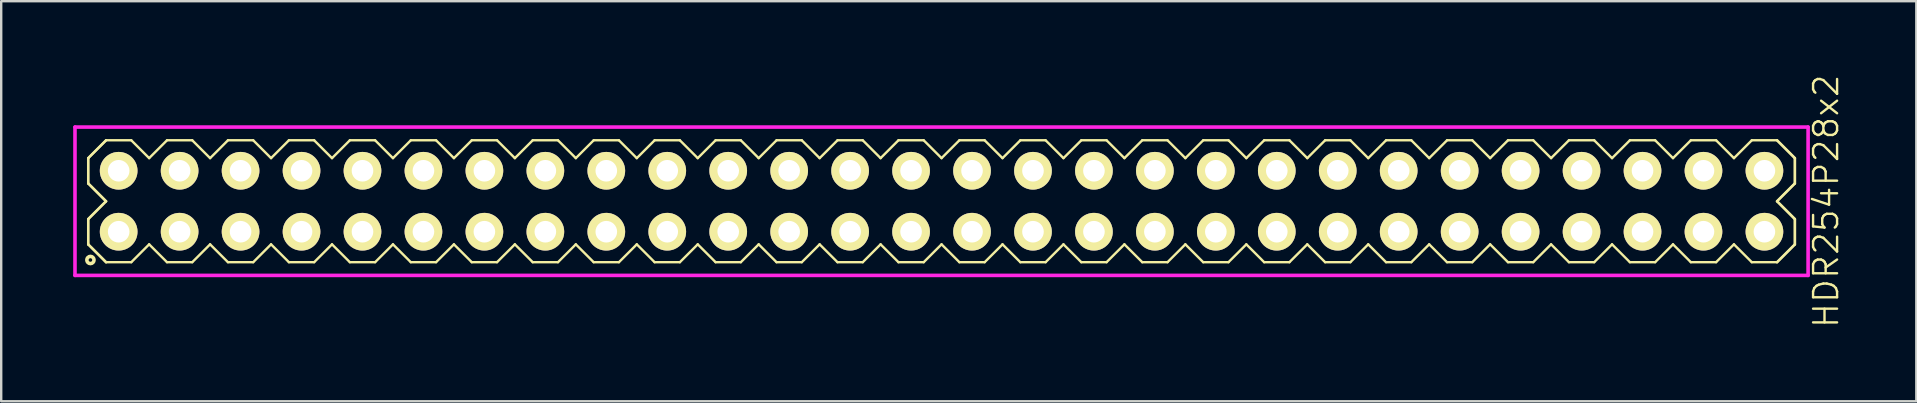
<source format=kicad_pcb>
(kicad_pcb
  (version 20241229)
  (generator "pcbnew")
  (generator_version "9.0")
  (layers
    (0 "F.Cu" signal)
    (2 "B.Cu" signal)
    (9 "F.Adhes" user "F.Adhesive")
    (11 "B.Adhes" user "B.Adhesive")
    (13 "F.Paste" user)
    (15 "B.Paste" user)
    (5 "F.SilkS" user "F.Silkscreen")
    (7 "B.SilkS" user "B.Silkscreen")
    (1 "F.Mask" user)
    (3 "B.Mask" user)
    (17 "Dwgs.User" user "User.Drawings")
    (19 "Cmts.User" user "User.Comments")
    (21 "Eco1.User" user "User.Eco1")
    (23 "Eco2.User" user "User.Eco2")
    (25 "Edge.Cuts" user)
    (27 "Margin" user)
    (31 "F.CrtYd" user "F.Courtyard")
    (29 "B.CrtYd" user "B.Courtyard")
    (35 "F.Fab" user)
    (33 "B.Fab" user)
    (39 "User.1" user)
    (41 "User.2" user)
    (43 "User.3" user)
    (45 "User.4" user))
  (footprint "HDR254P28x2"
    (layer "F.Cu")
    (at 36.185 5.336)
    (property "Reference" "HDR254P28x2" (at 36.86 0 90) (layer "F.SilkS") (effects (font (size 1 1) (thickness 0.1))))
    (attr through_hole)
    (fp_line (start -35.56 -1.796) (end -34.816 -2.54) (stroke (width 0.1) (type solid)) (layer "F.SilkS"))
    (fp_line (start -35.56 -1.796) (end -34.816 -2.54) (stroke (width 0.1) (type solid)) (layer "F.SilkS"))
    (fp_line (start -35.56 -0.744) (end -35.56 -1.796) (stroke (width 0.1) (type solid)) (layer "F.SilkS"))
    (fp_line (start -35.56 -0.744) (end -35.56 -1.796) (stroke (width 0.1) (type solid)) (layer "F.SilkS"))
    (fp_line (start -35.56 0.744) (end -34.816 0) (stroke (width 0.1) (type solid)) (layer "F.SilkS"))
    (fp_line (start -35.56 0.744) (end -34.816 0) (stroke (width 0.1) (type solid)) (layer "F.SilkS"))
    (fp_line (start -35.56 1.796) (end -35.56 0.744) (stroke (width 0.1) (type solid)) (layer "F.SilkS"))
    (fp_line (start -35.56 1.796) (end -35.56 0.744) (stroke (width 0.1) (type solid)) (layer "F.SilkS"))
    (fp_line (start -34.816 -2.54) (end -33.764 -2.54) (stroke (width 0.1) (type solid)) (layer "F.SilkS"))
    (fp_line (start -34.816 0) (end -35.56 -0.744) (stroke (width 0.1) (type solid)) (layer "F.SilkS"))
    (fp_line (start -34.816 0) (end -35.56 -0.744) (stroke (width 0.1) (type solid)) (layer "F.SilkS"))
    (fp_line (start -34.816 2.54) (end -35.56 1.796) (stroke (width 0.1) (type solid)) (layer "F.SilkS"))
    (fp_line (start -34.816 2.54) (end -35.56 1.796) (stroke (width 0.1) (type solid)) (layer "F.SilkS"))
    (fp_line (start -33.764 -2.54) (end -33.02 -1.796) (stroke (width 0.1) (type solid)) (layer "F.SilkS"))
    (fp_line (start -33.764 2.54) (end -34.816 2.54) (stroke (width 0.1) (type solid)) (layer "F.SilkS"))
    (fp_line (start -33.02 -1.796) (end -32.276 -2.54) (stroke (width 0.1) (type solid)) (layer "F.SilkS"))
    (fp_line (start -33.02 1.796) (end -33.764 2.54) (stroke (width 0.1) (type solid)) (layer "F.SilkS"))
    (fp_line (start -32.276 -2.54) (end -31.224 -2.54) (stroke (width 0.1) (type solid)) (layer "F.SilkS"))
    (fp_line (start -32.276 2.54) (end -33.02 1.796) (stroke (width 0.1) (type solid)) (layer "F.SilkS"))
    (fp_line (start -31.224 -2.54) (end -30.48 -1.796) (stroke (width 0.1) (type solid)) (layer "F.SilkS"))
    (fp_line (start -31.224 2.54) (end -32.276 2.54) (stroke (width 0.1) (type solid)) (layer "F.SilkS"))
    (fp_line (start -30.48 -1.796) (end -29.736 -2.54) (stroke (width 0.1) (type solid)) (layer "F.SilkS"))
    (fp_line (start -30.48 1.796) (end -31.224 2.54) (stroke (width 0.1) (type solid)) (layer "F.SilkS"))
    (fp_line (start -29.736 -2.54) (end -28.684 -2.54) (stroke (width 0.1) (type solid)) (layer "F.SilkS"))
    (fp_line (start -29.736 2.54) (end -30.48 1.796) (stroke (width 0.1) (type solid)) (layer "F.SilkS"))
    (fp_line (start -28.684 -2.54) (end -27.94 -1.796) (stroke (width 0.1) (type solid)) (layer "F.SilkS"))
    (fp_line (start -28.684 2.54) (end -29.736 2.54) (stroke (width 0.1) (type solid)) (layer "F.SilkS"))
    (fp_line (start -27.94 -1.796) (end -27.196 -2.54) (stroke (width 0.1) (type solid)) (layer "F.SilkS"))
    (fp_line (start -27.94 1.796) (end -28.684 2.54) (stroke (width 0.1) (type solid)) (layer "F.SilkS"))
    (fp_line (start -27.196 -2.54) (end -26.144 -2.54) (stroke (width 0.1) (type solid)) (layer "F.SilkS"))
    (fp_line (start -27.196 2.54) (end -27.94 1.796) (stroke (width 0.1) (type solid)) (layer "F.SilkS"))
    (fp_line (start -26.144 -2.54) (end -25.4 -1.796) (stroke (width 0.1) (type solid)) (layer "F.SilkS"))
    (fp_line (start -26.144 2.54) (end -27.196 2.54) (stroke (width 0.1) (type solid)) (layer "F.SilkS"))
    (fp_line (start -25.4 -1.796) (end -24.656 -2.54) (stroke (width 0.1) (type solid)) (layer "F.SilkS"))
    (fp_line (start -25.4 1.796) (end -26.144 2.54) (stroke (width 0.1) (type solid)) (layer "F.SilkS"))
    (fp_line (start -24.656 -2.54) (end -23.604 -2.54) (stroke (width 0.1) (type solid)) (layer "F.SilkS"))
    (fp_line (start -24.656 2.54) (end -25.4 1.796) (stroke (width 0.1) (type solid)) (layer "F.SilkS"))
    (fp_line (start -23.604 -2.54) (end -22.86 -1.796) (stroke (width 0.1) (type solid)) (layer "F.SilkS"))
    (fp_line (start -23.604 2.54) (end -24.656 2.54) (stroke (width 0.1) (type solid)) (layer "F.SilkS"))
    (fp_line (start -22.86 -1.796) (end -22.116 -2.54) (stroke (width 0.1) (type solid)) (layer "F.SilkS"))
    (fp_line (start -22.86 1.796) (end -23.604 2.54) (stroke (width 0.1) (type solid)) (layer "F.SilkS"))
    (fp_line (start -22.116 -2.54) (end -21.064 -2.54) (stroke (width 0.1) (type solid)) (layer "F.SilkS"))
    (fp_line (start -22.116 2.54) (end -22.86 1.796) (stroke (width 0.1) (type solid)) (layer "F.SilkS"))
    (fp_line (start -21.064 -2.54) (end -20.32 -1.796) (stroke (width 0.1) (type solid)) (layer "F.SilkS"))
    (fp_line (start -21.064 2.54) (end -22.116 2.54) (stroke (width 0.1) (type solid)) (layer "F.SilkS"))
    (fp_line (start -20.32 -1.796) (end -19.576 -2.54) (stroke (width 0.1) (type solid)) (layer "F.SilkS"))
    (fp_line (start -20.32 1.796) (end -21.064 2.54) (stroke (width 0.1) (type solid)) (layer "F.SilkS"))
    (fp_line (start -19.576 -2.54) (end -18.524 -2.54) (stroke (width 0.1) (type solid)) (layer "F.SilkS"))
    (fp_line (start -19.576 2.54) (end -20.32 1.796) (stroke (width 0.1) (type solid)) (layer "F.SilkS"))
    (fp_line (start -18.524 -2.54) (end -17.78 -1.796) (stroke (width 0.1) (type solid)) (layer "F.SilkS"))
    (fp_line (start -18.524 2.54) (end -19.576 2.54) (stroke (width 0.1) (type solid)) (layer "F.SilkS"))
    (fp_line (start -17.78 -1.796) (end -17.036 -2.54) (stroke (width 0.1) (type solid)) (layer "F.SilkS"))
    (fp_line (start -17.78 1.796) (end -18.524 2.54) (stroke (width 0.1) (type solid)) (layer "F.SilkS"))
    (fp_line (start -17.036 -2.54) (end -15.984 -2.54) (stroke (width 0.1) (type solid)) (layer "F.SilkS"))
    (fp_line (start -17.036 2.54) (end -17.78 1.796) (stroke (width 0.1) (type solid)) (layer "F.SilkS"))
    (fp_line (start -15.984 -2.54) (end -15.24 -1.796) (stroke (width 0.1) (type solid)) (layer "F.SilkS"))
    (fp_line (start -15.984 2.54) (end -17.036 2.54) (stroke (width 0.1) (type solid)) (layer "F.SilkS"))
    (fp_line (start -15.24 -1.796) (end -14.496 -2.54) (stroke (width 0.1) (type solid)) (layer "F.SilkS"))
    (fp_line (start -15.24 1.796) (end -15.984 2.54) (stroke (width 0.1) (type solid)) (layer "F.SilkS"))
    (fp_line (start -14.496 -2.54) (end -13.444 -2.54) (stroke (width 0.1) (type solid)) (layer "F.SilkS"))
    (fp_line (start -14.496 2.54) (end -15.24 1.796) (stroke (width 0.1) (type solid)) (layer "F.SilkS"))
    (fp_line (start -13.444 -2.54) (end -12.7 -1.796) (stroke (width 0.1) (type solid)) (layer "F.SilkS"))
    (fp_line (start -13.444 2.54) (end -14.496 2.54) (stroke (width 0.1) (type solid)) (layer "F.SilkS"))
    (fp_line (start -12.7 -1.796) (end -11.956 -2.54) (stroke (width 0.1) (type solid)) (layer "F.SilkS"))
    (fp_line (start -12.7 1.796) (end -13.444 2.54) (stroke (width 0.1) (type solid)) (layer "F.SilkS"))
    (fp_line (start -11.956 -2.54) (end -10.904 -2.54) (stroke (width 0.1) (type solid)) (layer "F.SilkS"))
    (fp_line (start -11.956 2.54) (end -12.7 1.796) (stroke (width 0.1) (type solid)) (layer "F.SilkS"))
    (fp_line (start -10.904 -2.54) (end -10.16 -1.796) (stroke (width 0.1) (type solid)) (layer "F.SilkS"))
    (fp_line (start -10.904 2.54) (end -11.956 2.54) (stroke (width 0.1) (type solid)) (layer "F.SilkS"))
    (fp_line (start -10.16 -1.796) (end -9.416 -2.54) (stroke (width 0.1) (type solid)) (layer "F.SilkS"))
    (fp_line (start -10.16 1.796) (end -10.904 2.54) (stroke (width 0.1) (type solid)) (layer "F.SilkS"))
    (fp_line (start -9.416 -2.54) (end -8.364 -2.54) (stroke (width 0.1) (type solid)) (layer "F.SilkS"))
    (fp_line (start -9.416 2.54) (end -10.16 1.796) (stroke (width 0.1) (type solid)) (layer "F.SilkS"))
    (fp_line (start -8.364 -2.54) (end -7.62 -1.796) (stroke (width 0.1) (type solid)) (layer "F.SilkS"))
    (fp_line (start -8.364 2.54) (end -9.416 2.54) (stroke (width 0.1) (type solid)) (layer "F.SilkS"))
    (fp_line (start -7.62 -1.796) (end -6.876 -2.54) (stroke (width 0.1) (type solid)) (layer "F.SilkS"))
    (fp_line (start -7.62 1.796) (end -8.364 2.54) (stroke (width 0.1) (type solid)) (layer "F.SilkS"))
    (fp_line (start -6.876 -2.54) (end -5.824 -2.54) (stroke (width 0.1) (type solid)) (layer "F.SilkS"))
    (fp_line (start -6.876 2.54) (end -7.62 1.796) (stroke (width 0.1) (type solid)) (layer "F.SilkS"))
    (fp_line (start -5.824 -2.54) (end -5.08 -1.796) (stroke (width 0.1) (type solid)) (layer "F.SilkS"))
    (fp_line (start -5.824 2.54) (end -6.876 2.54) (stroke (width 0.1) (type solid)) (layer "F.SilkS"))
    (fp_line (start -5.08 -1.796) (end -4.336 -2.54) (stroke (width 0.1) (type solid)) (layer "F.SilkS"))
    (fp_line (start -5.08 1.796) (end -5.824 2.54) (stroke (width 0.1) (type solid)) (layer "F.SilkS"))
    (fp_line (start -4.336 -2.54) (end -3.284 -2.54) (stroke (width 0.1) (type solid)) (layer "F.SilkS"))
    (fp_line (start -4.336 2.54) (end -5.08 1.796) (stroke (width 0.1) (type solid)) (layer "F.SilkS"))
    (fp_line (start -3.284 -2.54) (end -2.54 -1.796) (stroke (width 0.1) (type solid)) (layer "F.SilkS"))
    (fp_line (start -3.284 2.54) (end -4.336 2.54) (stroke (width 0.1) (type solid)) (layer "F.SilkS"))
    (fp_line (start -2.54 -1.796) (end -1.796 -2.54) (stroke (width 0.1) (type solid)) (layer "F.SilkS"))
    (fp_line (start -2.54 1.796) (end -3.284 2.54) (stroke (width 0.1) (type solid)) (layer "F.SilkS"))
    (fp_line (start -1.796 -2.54) (end -0.744 -2.54) (stroke (width 0.1) (type solid)) (layer "F.SilkS"))
    (fp_line (start -1.796 2.54) (end -2.54 1.796) (stroke (width 0.1) (type solid)) (layer "F.SilkS"))
    (fp_line (start -0.744 -2.54) (end 0 -1.796) (stroke (width 0.1) (type solid)) (layer "F.SilkS"))
    (fp_line (start -0.744 2.54) (end -1.796 2.54) (stroke (width 0.1) (type solid)) (layer "F.SilkS"))
    (fp_line (start 0 -1.796) (end 0.744 -2.54) (stroke (width 0.1) (type solid)) (layer "F.SilkS"))
    (fp_line (start 0 1.796) (end -0.744 2.54) (stroke (width 0.1) (type solid)) (layer "F.SilkS"))
    (fp_line (start 0.744 -2.54) (end 1.796 -2.54) (stroke (width 0.1) (type solid)) (layer "F.SilkS"))
    (fp_line (start 0.744 2.54) (end 0 1.796) (stroke (width 0.1) (type solid)) (layer "F.SilkS"))
    (fp_line (start 1.796 -2.54) (end 2.54 -1.796) (stroke (width 0.1) (type solid)) (layer "F.SilkS"))
    (fp_line (start 1.796 2.54) (end 0.744 2.54) (stroke (width 0.1) (type solid)) (layer "F.SilkS"))
    (fp_line (start 2.54 -1.796) (end 3.284 -2.54) (stroke (width 0.1) (type solid)) (layer "F.SilkS"))
    (fp_line (start 2.54 1.796) (end 1.796 2.54) (stroke (width 0.1) (type solid)) (layer "F.SilkS"))
    (fp_line (start 3.284 -2.54) (end 4.336 -2.54) (stroke (width 0.1) (type solid)) (layer "F.SilkS"))
    (fp_line (start 3.284 2.54) (end 2.54 1.796) (stroke (width 0.1) (type solid)) (layer "F.SilkS"))
    (fp_line (start 4.336 -2.54) (end 5.08 -1.796) (stroke (width 0.1) (type solid)) (layer "F.SilkS"))
    (fp_line (start 4.336 2.54) (end 3.284 2.54) (stroke (width 0.1) (type solid)) (layer "F.SilkS"))
    (fp_line (start 5.08 -1.796) (end 5.824 -2.54) (stroke (width 0.1) (type solid)) (layer "F.SilkS"))
    (fp_line (start 5.08 1.796) (end 4.336 2.54) (stroke (width 0.1) (type solid)) (layer "F.SilkS"))
    (fp_line (start 5.824 -2.54) (end 6.876 -2.54) (stroke (width 0.1) (type solid)) (layer "F.SilkS"))
    (fp_line (start 5.824 2.54) (end 5.08 1.796) (stroke (width 0.1) (type solid)) (layer "F.SilkS"))
    (fp_line (start 6.876 -2.54) (end 7.62 -1.796) (stroke (width 0.1) (type solid)) (layer "F.SilkS"))
    (fp_line (start 6.876 2.54) (end 5.824 2.54) (stroke (width 0.1) (type solid)) (layer "F.SilkS"))
    (fp_line (start 7.62 -1.796) (end 8.364 -2.54) (stroke (width 0.1) (type solid)) (layer "F.SilkS"))
    (fp_line (start 7.62 1.796) (end 6.876 2.54) (stroke (width 0.1) (type solid)) (layer "F.SilkS"))
    (fp_line (start 8.364 -2.54) (end 9.416 -2.54) (stroke (width 0.1) (type solid)) (layer "F.SilkS"))
    (fp_line (start 8.364 2.54) (end 7.62 1.796) (stroke (width 0.1) (type solid)) (layer "F.SilkS"))
    (fp_line (start 9.416 -2.54) (end 10.16 -1.796) (stroke (width 0.1) (type solid)) (layer "F.SilkS"))
    (fp_line (start 9.416 2.54) (end 8.364 2.54) (stroke (width 0.1) (type solid)) (layer "F.SilkS"))
    (fp_line (start 10.16 -1.796) (end 10.904 -2.54) (stroke (width 0.1) (type solid)) (layer "F.SilkS"))
    (fp_line (start 10.16 1.796) (end 9.416 2.54) (stroke (width 0.1) (type solid)) (layer "F.SilkS"))
    (fp_line (start 10.904 -2.54) (end 11.956 -2.54) (stroke (width 0.1) (type solid)) (layer "F.SilkS"))
    (fp_line (start 10.904 2.54) (end 10.16 1.796) (stroke (width 0.1) (type solid)) (layer "F.SilkS"))
    (fp_line (start 11.956 -2.54) (end 12.7 -1.796) (stroke (width 0.1) (type solid)) (layer "F.SilkS"))
    (fp_line (start 11.956 2.54) (end 10.904 2.54) (stroke (width 0.1) (type solid)) (layer "F.SilkS"))
    (fp_line (start 12.7 -1.796) (end 13.444 -2.54) (stroke (width 0.1) (type solid)) (layer "F.SilkS"))
    (fp_line (start 12.7 1.796) (end 11.956 2.54) (stroke (width 0.1) (type solid)) (layer "F.SilkS"))
    (fp_line (start 13.444 -2.54) (end 14.496 -2.54) (stroke (width 0.1) (type solid)) (layer "F.SilkS"))
    (fp_line (start 13.444 2.54) (end 12.7 1.796) (stroke (width 0.1) (type solid)) (layer "F.SilkS"))
    (fp_line (start 14.496 -2.54) (end 15.24 -1.796) (stroke (width 0.1) (type solid)) (layer "F.SilkS"))
    (fp_line (start 14.496 2.54) (end 13.444 2.54) (stroke (width 0.1) (type solid)) (layer "F.SilkS"))
    (fp_line (start 15.24 -1.796) (end 15.984 -2.54) (stroke (width 0.1) (type solid)) (layer "F.SilkS"))
    (fp_line (start 15.24 1.796) (end 14.496 2.54) (stroke (width 0.1) (type solid)) (layer "F.SilkS"))
    (fp_line (start 15.984 -2.54) (end 17.036 -2.54) (stroke (width 0.1) (type solid)) (layer "F.SilkS"))
    (fp_line (start 15.984 2.54) (end 15.24 1.796) (stroke (width 0.1) (type solid)) (layer "F.SilkS"))
    (fp_line (start 17.036 -2.54) (end 17.78 -1.796) (stroke (width 0.1) (type solid)) (layer "F.SilkS"))
    (fp_line (start 17.036 2.54) (end 15.984 2.54) (stroke (width 0.1) (type solid)) (layer "F.SilkS"))
    (fp_line (start 17.78 -1.796) (end 18.524 -2.54) (stroke (width 0.1) (type solid)) (layer "F.SilkS"))
    (fp_line (start 17.78 1.796) (end 17.036 2.54) (stroke (width 0.1) (type solid)) (layer "F.SilkS"))
    (fp_line (start 18.524 -2.54) (end 19.576 -2.54) (stroke (width 0.1) (type solid)) (layer "F.SilkS"))
    (fp_line (start 18.524 2.54) (end 17.78 1.796) (stroke (width 0.1) (type solid)) (layer "F.SilkS"))
    (fp_line (start 19.576 -2.54) (end 20.32 -1.796) (stroke (width 0.1) (type solid)) (layer "F.SilkS"))
    (fp_line (start 19.576 2.54) (end 18.524 2.54) (stroke (width 0.1) (type solid)) (layer "F.SilkS"))
    (fp_line (start 20.32 -1.796) (end 21.064 -2.54) (stroke (width 0.1) (type solid)) (layer "F.SilkS"))
    (fp_line (start 20.32 1.796) (end 19.576 2.54) (stroke (width 0.1) (type solid)) (layer "F.SilkS"))
    (fp_line (start 21.064 -2.54) (end 22.116 -2.54) (stroke (width 0.1) (type solid)) (layer "F.SilkS"))
    (fp_line (start 21.064 2.54) (end 20.32 1.796) (stroke (width 0.1) (type solid)) (layer "F.SilkS"))
    (fp_line (start 22.116 -2.54) (end 22.86 -1.796) (stroke (width 0.1) (type solid)) (layer "F.SilkS"))
    (fp_line (start 22.116 2.54) (end 21.064 2.54) (stroke (width 0.1) (type solid)) (layer "F.SilkS"))
    (fp_line (start 22.86 -1.796) (end 23.604 -2.54) (stroke (width 0.1) (type solid)) (layer "F.SilkS"))
    (fp_line (start 22.86 1.796) (end 22.116 2.54) (stroke (width 0.1) (type solid)) (layer "F.SilkS"))
    (fp_line (start 23.604 -2.54) (end 24.656 -2.54) (stroke (width 0.1) (type solid)) (layer "F.SilkS"))
    (fp_line (start 23.604 2.54) (end 22.86 1.796) (stroke (width 0.1) (type solid)) (layer "F.SilkS"))
    (fp_line (start 24.656 -2.54) (end 25.4 -1.796) (stroke (width 0.1) (type solid)) (layer "F.SilkS"))
    (fp_line (start 24.656 2.54) (end 23.604 2.54) (stroke (width 0.1) (type solid)) (layer "F.SilkS"))
    (fp_line (start 25.4 -1.796) (end 26.144 -2.54) (stroke (width 0.1) (type solid)) (layer "F.SilkS"))
    (fp_line (start 25.4 1.796) (end 24.656 2.54) (stroke (width 0.1) (type solid)) (layer "F.SilkS"))
    (fp_line (start 26.144 -2.54) (end 27.196 -2.54) (stroke (width 0.1) (type solid)) (layer "F.SilkS"))
    (fp_line (start 26.144 2.54) (end 25.4 1.796) (stroke (width 0.1) (type solid)) (layer "F.SilkS"))
    (fp_line (start 27.196 -2.54) (end 27.94 -1.796) (stroke (width 0.1) (type solid)) (layer "F.SilkS"))
    (fp_line (start 27.196 2.54) (end 26.144 2.54) (stroke (width 0.1) (type solid)) (layer "F.SilkS"))
    (fp_line (start 27.94 -1.796) (end 28.684 -2.54) (stroke (width 0.1) (type solid)) (layer "F.SilkS"))
    (fp_line (start 27.94 1.796) (end 27.196 2.54) (stroke (width 0.1) (type solid)) (layer "F.SilkS"))
    (fp_line (start 28.684 -2.54) (end 29.736 -2.54) (stroke (width 0.1) (type solid)) (layer "F.SilkS"))
    (fp_line (start 28.684 2.54) (end 27.94 1.796) (stroke (width 0.1) (type solid)) (layer "F.SilkS"))
    (fp_line (start 29.736 -2.54) (end 30.48 -1.796) (stroke (width 0.1) (type solid)) (layer "F.SilkS"))
    (fp_line (start 29.736 2.54) (end 28.684 2.54) (stroke (width 0.1) (type solid)) (layer "F.SilkS"))
    (fp_line (start 30.48 -1.796) (end 31.224 -2.54) (stroke (width 0.1) (type solid)) (layer "F.SilkS"))
    (fp_line (start 30.48 1.796) (end 29.736 2.54) (stroke (width 0.1) (type solid)) (layer "F.SilkS"))
    (fp_line (start 31.224 -2.54) (end 32.276 -2.54) (stroke (width 0.1) (type solid)) (layer "F.SilkS"))
    (fp_line (start 31.224 2.54) (end 30.48 1.796) (stroke (width 0.1) (type solid)) (layer "F.SilkS"))
    (fp_line (start 32.276 -2.54) (end 33.02 -1.796) (stroke (width 0.1) (type solid)) (layer "F.SilkS"))
    (fp_line (start 32.276 2.54) (end 31.224 2.54) (stroke (width 0.1) (type solid)) (layer "F.SilkS"))
    (fp_line (start 33.02 -1.796) (end 33.764 -2.54) (stroke (width 0.1) (type solid)) (layer "F.SilkS"))
    (fp_line (start 33.02 1.796) (end 32.276 2.54) (stroke (width 0.1) (type solid)) (layer "F.SilkS"))
    (fp_line (start 33.764 -2.54) (end 34.816 -2.54) (stroke (width 0.1) (type solid)) (layer "F.SilkS"))
    (fp_line (start 33.764 2.54) (end 33.02 1.796) (stroke (width 0.1) (type solid)) (layer "F.SilkS"))
    (fp_line (start 34.816 -2.54) (end 35.56 -1.796) (stroke (width 0.1) (type solid)) (layer "F.SilkS"))
    (fp_line (start 34.816 -2.54) (end 35.56 -1.796) (stroke (width 0.1) (type solid)) (layer "F.SilkS"))
    (fp_line (start 34.816 0) (end 35.56 0.744) (stroke (width 0.1) (type solid)) (layer "F.SilkS"))
    (fp_line (start 34.816 0) (end 35.56 0.744) (stroke (width 0.1) (type solid)) (layer "F.SilkS"))
    (fp_line (start 34.816 2.54) (end 33.764 2.54) (stroke (width 0.1) (type solid)) (layer "F.SilkS"))
    (fp_line (start 35.56 -1.796) (end 35.56 -0.744) (stroke (width 0.1) (type solid)) (layer "F.SilkS"))
    (fp_line (start 35.56 -1.796) (end 35.56 -0.744) (stroke (width 0.1) (type solid)) (layer "F.SilkS"))
    (fp_line (start 35.56 -0.744) (end 34.816 0) (stroke (width 0.1) (type solid)) (layer "F.SilkS"))
    (fp_line (start 35.56 -0.744) (end 34.816 0) (stroke (width 0.1) (type solid)) (layer "F.SilkS"))
    (fp_line (start 35.56 0.744) (end 35.56 1.796) (stroke (width 0.1) (type solid)) (layer "F.SilkS"))
    (fp_line (start 35.56 0.744) (end 35.56 1.796) (stroke (width 0.1) (type solid)) (layer "F.SilkS"))
    (fp_line (start 35.56 1.796) (end 34.816 2.54) (stroke (width 0.1) (type solid)) (layer "F.SilkS"))
    (fp_line (start 35.56 1.796) (end 34.816 2.54) (stroke (width 0.1) (type solid)) (layer "F.SilkS"))
    (fp_circle (center -35.467 2.448) (end -35.317 2.448) (stroke (width 0.15) (type solid)) (fill no) (layer "F.SilkS"))
    (fp_line (start -36.11 -3.09) (end -36.11 3.09) (stroke (width 0.15) (type solid)) (layer "F.CrtYd"))
    (fp_line (start -36.11 3.09) (end 36.11 3.09) (stroke (width 0.15) (type solid)) (layer "F.CrtYd"))
    (fp_line (start 36.11 -3.09) (end -36.11 -3.09) (stroke (width 0.15) (type solid)) (layer "F.CrtYd"))
    (fp_line (start 36.11 3.09) (end 36.11 -3.09) (stroke (width 0.15) (type solid)) (layer "F.CrtYd"))
    (pad "1" thru_hole oval (at -34.29 1.27) (size 1.57 1.57) (drill 0.9) (layers "*.Cu" "*.Mask" "F.SilkS"))
    (pad "2" thru_hole oval (at -34.29 -1.27) (size 1.57 1.57) (drill 0.9) (layers "*.Cu" "*.Mask" "F.SilkS"))
    (pad "3" thru_hole oval (at -31.75 1.27) (size 1.57 1.57) (drill 0.9) (layers "*.Cu" "*.Mask" "F.SilkS"))
    (pad "4" thru_hole oval (at -31.75 -1.27) (size 1.57 1.57) (drill 0.9) (layers "*.Cu" "*.Mask" "F.SilkS"))
    (pad "5" thru_hole oval (at -29.21 1.27) (size 1.57 1.57) (drill 0.9) (layers "*.Cu" "*.Mask" "F.SilkS"))
    (pad "6" thru_hole oval (at -29.21 -1.27) (size 1.57 1.57) (drill 0.9) (layers "*.Cu" "*.Mask" "F.SilkS"))
    (pad "7" thru_hole oval (at -26.67 1.27) (size 1.57 1.57) (drill 0.9) (layers "*.Cu" "*.Mask" "F.SilkS"))
    (pad "8" thru_hole oval (at -26.67 -1.27) (size 1.57 1.57) (drill 0.9) (layers "*.Cu" "*.Mask" "F.SilkS"))
    (pad "9" thru_hole oval (at -24.13 1.27) (size 1.57 1.57) (drill 0.9) (layers "*.Cu" "*.Mask" "F.SilkS"))
    (pad "10" thru_hole oval (at -24.13 -1.27) (size 1.57 1.57) (drill 0.9) (layers "*.Cu" "*.Mask" "F.SilkS"))
    (pad "11" thru_hole oval (at -21.59 1.27) (size 1.57 1.57) (drill 0.9) (layers "*.Cu" "*.Mask" "F.SilkS"))
    (pad "12" thru_hole oval (at -21.59 -1.27) (size 1.57 1.57) (drill 0.9) (layers "*.Cu" "*.Mask" "F.SilkS"))
    (pad "13" thru_hole oval (at -19.05 1.27) (size 1.57 1.57) (drill 0.9) (layers "*.Cu" "*.Mask" "F.SilkS"))
    (pad "14" thru_hole oval (at -19.05 -1.27) (size 1.57 1.57) (drill 0.9) (layers "*.Cu" "*.Mask" "F.SilkS"))
    (pad "15" thru_hole oval (at -16.51 1.27) (size 1.57 1.57) (drill 0.9) (layers "*.Cu" "*.Mask" "F.SilkS"))
    (pad "16" thru_hole oval (at -16.51 -1.27) (size 1.57 1.57) (drill 0.9) (layers "*.Cu" "*.Mask" "F.SilkS"))
    (pad "17" thru_hole oval (at -13.97 1.27) (size 1.57 1.57) (drill 0.9) (layers "*.Cu" "*.Mask" "F.SilkS"))
    (pad "18" thru_hole oval (at -13.97 -1.27) (size 1.57 1.57) (drill 0.9) (layers "*.Cu" "*.Mask" "F.SilkS"))
    (pad "19" thru_hole oval (at -11.43 1.27) (size 1.57 1.57) (drill 0.9) (layers "*.Cu" "*.Mask" "F.SilkS"))
    (pad "20" thru_hole oval (at -11.43 -1.27) (size 1.57 1.57) (drill 0.9) (layers "*.Cu" "*.Mask" "F.SilkS"))
    (pad "21" thru_hole oval (at -8.89 1.27) (size 1.57 1.57) (drill 0.9) (layers "*.Cu" "*.Mask" "F.SilkS"))
    (pad "22" thru_hole oval (at -8.89 -1.27) (size 1.57 1.57) (drill 0.9) (layers "*.Cu" "*.Mask" "F.SilkS"))
    (pad "23" thru_hole oval (at -6.35 1.27) (size 1.57 1.57) (drill 0.9) (layers "*.Cu" "*.Mask" "F.SilkS"))
    (pad "24" thru_hole oval (at -6.35 -1.27) (size 1.57 1.57) (drill 0.9) (layers "*.Cu" "*.Mask" "F.SilkS"))
    (pad "25" thru_hole oval (at -3.81 1.27) (size 1.57 1.57) (drill 0.9) (layers "*.Cu" "*.Mask" "F.SilkS"))
    (pad "26" thru_hole oval (at -3.81 -1.27) (size 1.57 1.57) (drill 0.9) (layers "*.Cu" "*.Mask" "F.SilkS"))
    (pad "27" thru_hole oval (at -1.27 1.27) (size 1.57 1.57) (drill 0.9) (layers "*.Cu" "*.Mask" "F.SilkS"))
    (pad "28" thru_hole oval (at -1.27 -1.27) (size 1.57 1.57) (drill 0.9) (layers "*.Cu" "*.Mask" "F.SilkS"))
    (pad "29" thru_hole oval (at 1.27 1.27) (size 1.57 1.57) (drill 0.9) (layers "*.Cu" "*.Mask" "F.SilkS"))
    (pad "30" thru_hole oval (at 1.27 -1.27) (size 1.57 1.57) (drill 0.9) (layers "*.Cu" "*.Mask" "F.SilkS"))
    (pad "31" thru_hole oval (at 3.81 1.27) (size 1.57 1.57) (drill 0.9) (layers "*.Cu" "*.Mask" "F.SilkS"))
    (pad "32" thru_hole oval (at 3.81 -1.27) (size 1.57 1.57) (drill 0.9) (layers "*.Cu" "*.Mask" "F.SilkS"))
    (pad "33" thru_hole oval (at 6.35 1.27) (size 1.57 1.57) (drill 0.9) (layers "*.Cu" "*.Mask" "F.SilkS"))
    (pad "34" thru_hole oval (at 6.35 -1.27) (size 1.57 1.57) (drill 0.9) (layers "*.Cu" "*.Mask" "F.SilkS"))
    (pad "35" thru_hole oval (at 8.89 1.27) (size 1.57 1.57) (drill 0.9) (layers "*.Cu" "*.Mask" "F.SilkS"))
    (pad "36" thru_hole oval (at 8.89 -1.27) (size 1.57 1.57) (drill 0.9) (layers "*.Cu" "*.Mask" "F.SilkS"))
    (pad "37" thru_hole oval (at 11.43 1.27) (size 1.57 1.57) (drill 0.9) (layers "*.Cu" "*.Mask" "F.SilkS"))
    (pad "38" thru_hole oval (at 11.43 -1.27) (size 1.57 1.57) (drill 0.9) (layers "*.Cu" "*.Mask" "F.SilkS"))
    (pad "39" thru_hole oval (at 13.97 1.27) (size 1.57 1.57) (drill 0.9) (layers "*.Cu" "*.Mask" "F.SilkS"))
    (pad "40" thru_hole oval (at 13.97 -1.27) (size 1.57 1.57) (drill 0.9) (layers "*.Cu" "*.Mask" "F.SilkS"))
    (pad "41" thru_hole oval (at 16.51 1.27) (size 1.57 1.57) (drill 0.9) (layers "*.Cu" "*.Mask" "F.SilkS"))
    (pad "42" thru_hole oval (at 16.51 -1.27) (size 1.57 1.57) (drill 0.9) (layers "*.Cu" "*.Mask" "F.SilkS"))
    (pad "43" thru_hole oval (at 19.05 1.27) (size 1.57 1.57) (drill 0.9) (layers "*.Cu" "*.Mask" "F.SilkS"))
    (pad "44" thru_hole oval (at 19.05 -1.27) (size 1.57 1.57) (drill 0.9) (layers "*.Cu" "*.Mask" "F.SilkS"))
    (pad "45" thru_hole oval (at 21.59 1.27) (size 1.57 1.57) (drill 0.9) (layers "*.Cu" "*.Mask" "F.SilkS"))
    (pad "46" thru_hole oval (at 21.59 -1.27) (size 1.57 1.57) (drill 0.9) (layers "*.Cu" "*.Mask" "F.SilkS"))
    (pad "47" thru_hole oval (at 24.13 1.27) (size 1.57 1.57) (drill 0.9) (layers "*.Cu" "*.Mask" "F.SilkS"))
    (pad "48" thru_hole oval (at 24.13 -1.27) (size 1.57 1.57) (drill 0.9) (layers "*.Cu" "*.Mask" "F.SilkS"))
    (pad "49" thru_hole oval (at 26.67 1.27) (size 1.57 1.57) (drill 0.9) (layers "*.Cu" "*.Mask" "F.SilkS"))
    (pad "50" thru_hole oval (at 26.67 -1.27) (size 1.57 1.57) (drill 0.9) (layers "*.Cu" "*.Mask" "F.SilkS"))
    (pad "51" thru_hole oval (at 29.21 1.27) (size 1.57 1.57) (drill 0.9) (layers "*.Cu" "*.Mask" "F.SilkS"))
    (pad "52" thru_hole oval (at 29.21 -1.27) (size 1.57 1.57) (drill 0.9) (layers "*.Cu" "*.Mask" "F.SilkS"))
    (pad "53" thru_hole oval (at 31.75 1.27) (size 1.57 1.57) (drill 0.9) (layers "*.Cu" "*.Mask" "F.SilkS"))
    (pad "54" thru_hole oval (at 31.75 -1.27) (size 1.57 1.57) (drill 0.9) (layers "*.Cu" "*.Mask" "F.SilkS"))
    (pad "55" thru_hole oval (at 34.29 1.27) (size 1.57 1.57) (drill 0.9) (layers "*.Cu" "*.Mask" "F.SilkS"))
    (pad "56" thru_hole oval (at 34.29 -1.27) (size 1.57 1.57) (drill 0.9) (layers "*.Cu" "*.Mask" "F.SilkS")))
  (gr_rect
    (start -3 -3)
    (end 76.805 13.671)
    (stroke (width 0.1) (type default))
    (fill no)
    (layer "Edge.Cuts")))
</source>
